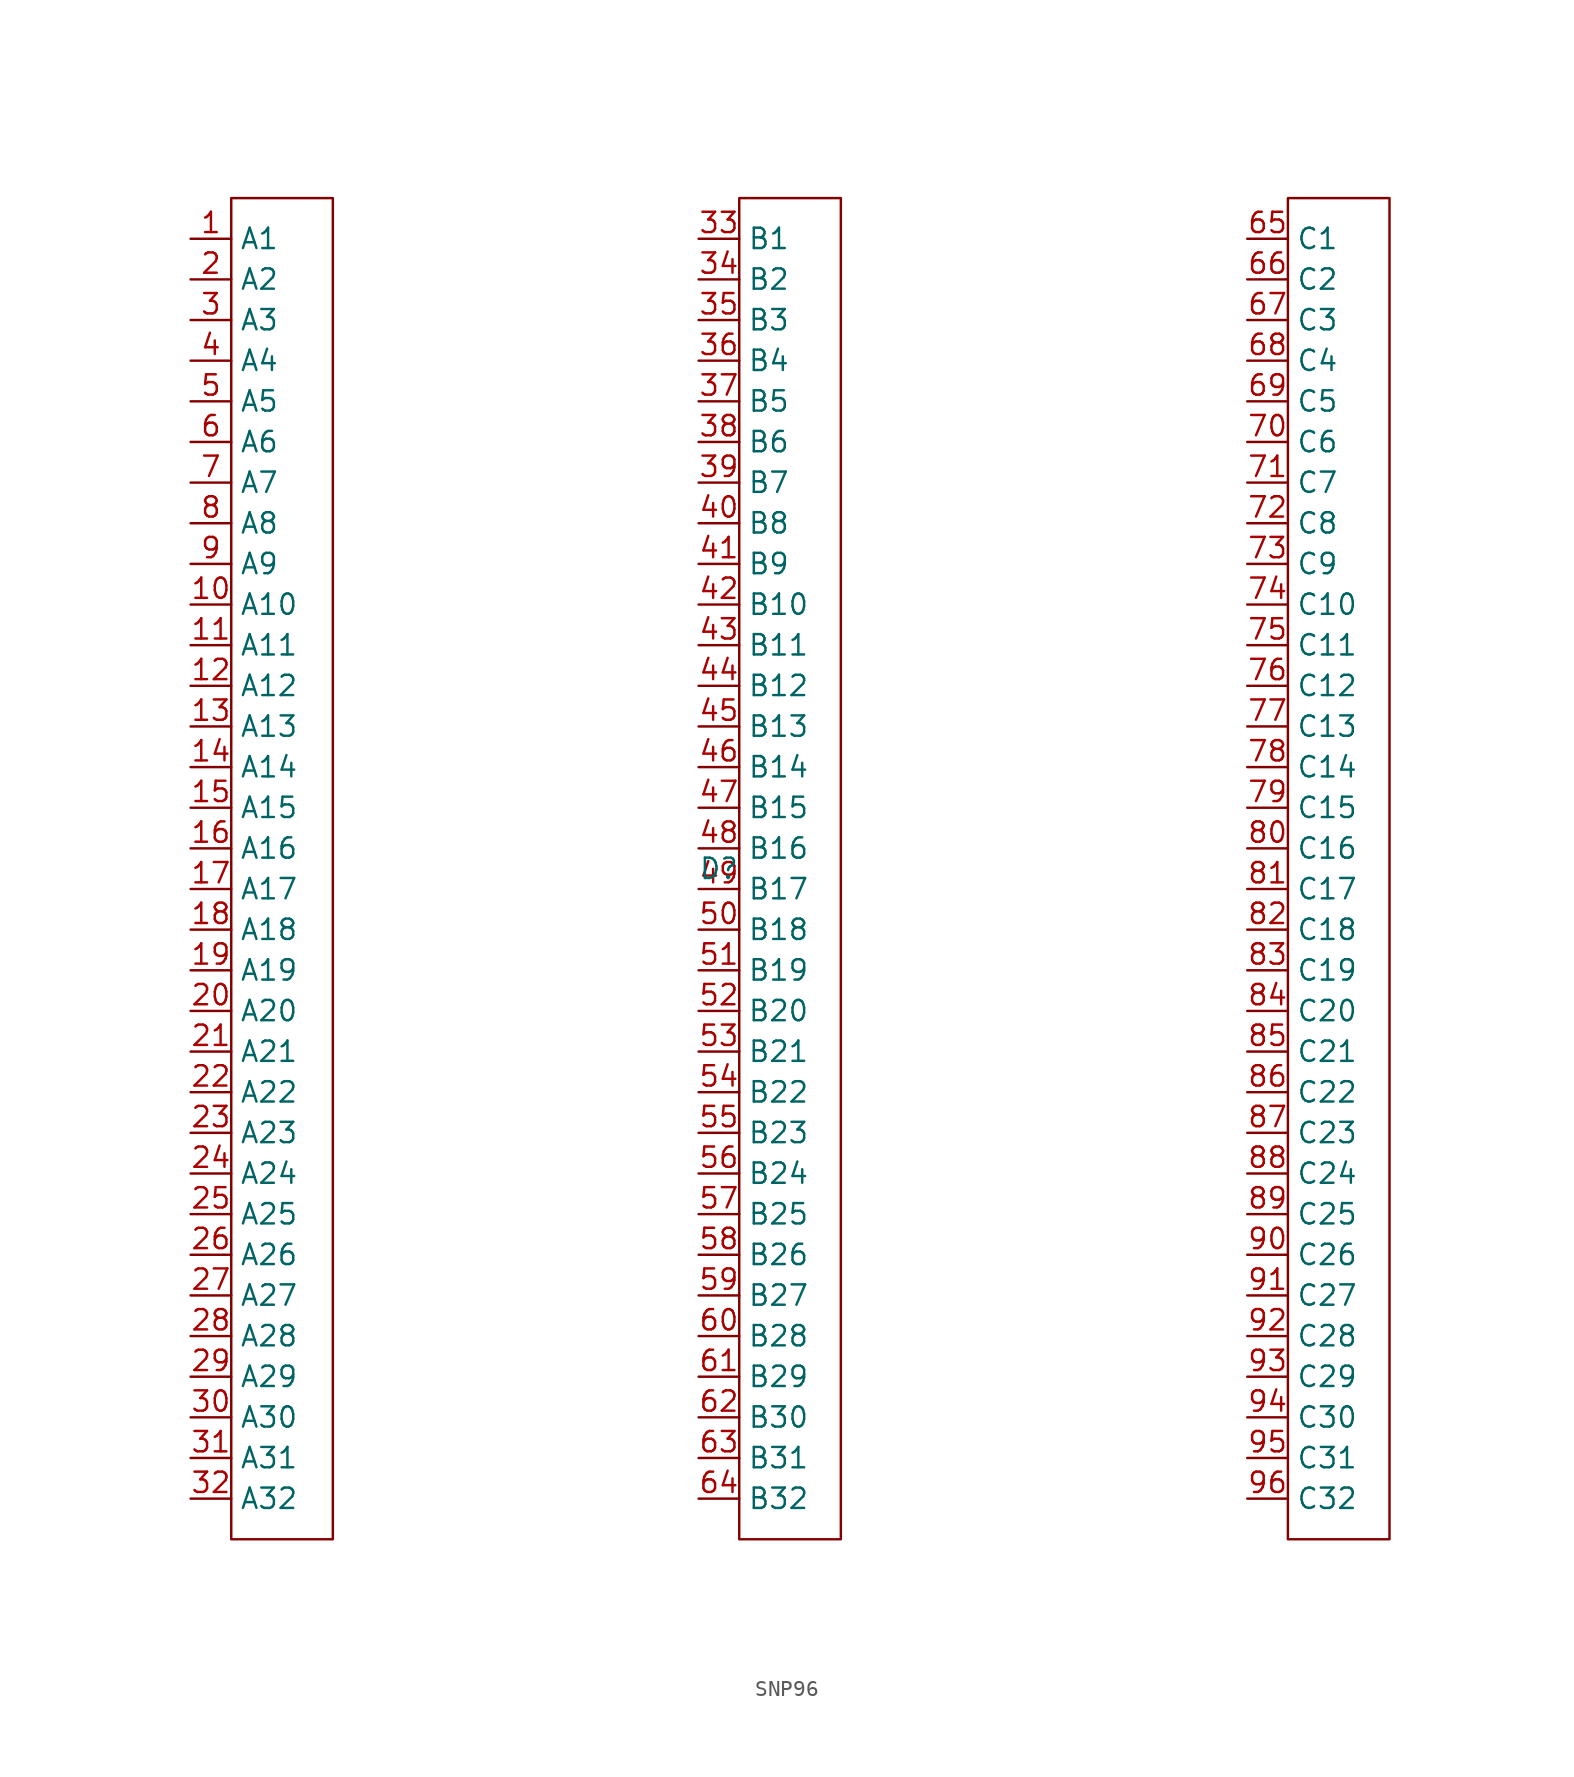
<source format=kicad_sym>
(kicad_symbol_lib
  (version 20220914)
  (generator kicad_symbol_editor)
  (symbol "SNP96"
    (property "Reference" "D"
      (at 0 0 0)
      (effects (font (size 1.27 1.27))))
    (property "Value" ""
      (at 0 0 0)
      (effects (font (size 1.27 1.27))))
    (symbol "SNP96_0_0"
      (pin bidirectional line (at -33.02 39.37 0) (length 2.54) (name "A1" (effects (font (size 1.27 1.27)))) (number "1" (effects (font (size 1.27 1.27)))))
      (pin bidirectional line (at -33.02 16.51 0) (length 2.54) (name "A10" (effects (font (size 1.27 1.27)))) (number "10" (effects (font (size 1.27 1.27)))))
      (pin bidirectional line (at -33.02 13.97 0) (length 2.54) (name "A11" (effects (font (size 1.27 1.27)))) (number "11" (effects (font (size 1.27 1.27)))))
      (pin bidirectional line (at -33.02 11.43 0) (length 2.54) (name "A12" (effects (font (size 1.27 1.27)))) (number "12" (effects (font (size 1.27 1.27)))))
      (pin bidirectional line (at -33.02 8.89 0) (length 2.54) (name "A13" (effects (font (size 1.27 1.27)))) (number "13" (effects (font (size 1.27 1.27)))))
      (pin bidirectional line (at -33.02 6.35 0) (length 2.54) (name "A14" (effects (font (size 1.27 1.27)))) (number "14" (effects (font (size 1.27 1.27)))))
      (pin bidirectional line (at -33.02 3.81 0) (length 2.54) (name "A15" (effects (font (size 1.27 1.27)))) (number "15" (effects (font (size 1.27 1.27)))))
      (pin bidirectional line (at -33.02 1.27 0) (length 2.54) (name "A16" (effects (font (size 1.27 1.27)))) (number "16" (effects (font (size 1.27 1.27)))))
      (pin bidirectional line (at -33.02 -1.27 0) (length 2.54) (name "A17" (effects (font (size 1.27 1.27)))) (number "17" (effects (font (size 1.27 1.27)))))
      (pin bidirectional line (at -33.02 -3.81 0) (length 2.54) (name "A18" (effects (font (size 1.27 1.27)))) (number "18" (effects (font (size 1.27 1.27)))))
      (pin bidirectional line (at -33.02 -6.35 0) (length 2.54) (name "A19" (effects (font (size 1.27 1.27)))) (number "19" (effects (font (size 1.27 1.27)))))
      (pin bidirectional line (at -33.02 36.83 0) (length 2.54) (name "A2" (effects (font (size 1.27 1.27)))) (number "2" (effects (font (size 1.27 1.27)))))
      (pin bidirectional line (at -33.02 -8.89 0) (length 2.54) (name "A20" (effects (font (size 1.27 1.27)))) (number "20" (effects (font (size 1.27 1.27)))))
      (pin bidirectional line (at -33.02 -11.43 0) (length 2.54) (name "A21" (effects (font (size 1.27 1.27)))) (number "21" (effects (font (size 1.27 1.27)))))
      (pin bidirectional line (at -33.02 -13.97 0) (length 2.54) (name "A22" (effects (font (size 1.27 1.27)))) (number "22" (effects (font (size 1.27 1.27)))))
      (pin bidirectional line (at -33.02 -16.51 0) (length 2.54) (name "A23" (effects (font (size 1.27 1.27)))) (number "23" (effects (font (size 1.27 1.27)))))
      (pin bidirectional line (at -33.02 -19.05 0) (length 2.54) (name "A24" (effects (font (size 1.27 1.27)))) (number "24" (effects (font (size 1.27 1.27)))))
      (pin bidirectional line (at -33.02 -21.59 0) (length 2.54) (name "A25" (effects (font (size 1.27 1.27)))) (number "25" (effects (font (size 1.27 1.27)))))
      (pin bidirectional line (at -33.02 -24.13 0) (length 2.54) (name "A26" (effects (font (size 1.27 1.27)))) (number "26" (effects (font (size 1.27 1.27)))))
      (pin bidirectional line (at -33.02 -26.67 0) (length 2.54) (name "A27" (effects (font (size 1.27 1.27)))) (number "27" (effects (font (size 1.27 1.27)))))
      (pin bidirectional line (at -33.02 -29.21 0) (length 2.54) (name "A28" (effects (font (size 1.27 1.27)))) (number "28" (effects (font (size 1.27 1.27)))))
      (pin bidirectional line (at -33.02 -31.75 0) (length 2.54) (name "A29" (effects (font (size 1.27 1.27)))) (number "29" (effects (font (size 1.27 1.27)))))
      (pin bidirectional line (at -33.02 34.29 0) (length 2.54) (name "A3" (effects (font (size 1.27 1.27)))) (number "3" (effects (font (size 1.27 1.27)))))
      (pin bidirectional line (at -33.02 -34.29 0) (length 2.54) (name "A30" (effects (font (size 1.27 1.27)))) (number "30" (effects (font (size 1.27 1.27)))))
      (pin bidirectional line (at -33.02 -36.83 0) (length 2.54) (name "A31" (effects (font (size 1.27 1.27)))) (number "31" (effects (font (size 1.27 1.27)))))
      (pin bidirectional line (at -33.02 -39.37 0) (length 2.54) (name "A32" (effects (font (size 1.27 1.27)))) (number "32" (effects (font (size 1.27 1.27)))))
      (pin bidirectional line (at -1.27 39.37 0) (length 2.54) (name "B1" (effects (font (size 1.27 1.27)))) (number "33" (effects (font (size 1.27 1.27)))))
      (pin bidirectional line (at -1.27 36.83 0) (length 2.54) (name "B2" (effects (font (size 1.27 1.27)))) (number "34" (effects (font (size 1.27 1.27)))))
      (pin bidirectional line (at -1.27 34.29 0) (length 2.54) (name "B3" (effects (font (size 1.27 1.27)))) (number "35" (effects (font (size 1.27 1.27)))))
      (pin bidirectional line (at -1.27 31.75 0) (length 2.54) (name "B4" (effects (font (size 1.27 1.27)))) (number "36" (effects (font (size 1.27 1.27)))))
      (pin bidirectional line (at -1.27 29.21 0) (length 2.54) (name "B5" (effects (font (size 1.27 1.27)))) (number "37" (effects (font (size 1.27 1.27)))))
      (pin bidirectional line (at -1.27 26.67 0) (length 2.54) (name "B6" (effects (font (size 1.27 1.27)))) (number "38" (effects (font (size 1.27 1.27)))))
      (pin bidirectional line (at -1.27 24.13 0) (length 2.54) (name "B7" (effects (font (size 1.27 1.27)))) (number "39" (effects (font (size 1.27 1.27)))))
      (pin bidirectional line (at -33.02 31.75 0) (length 2.54) (name "A4" (effects (font (size 1.27 1.27)))) (number "4" (effects (font (size 1.27 1.27)))))
      (pin bidirectional line (at -1.27 21.59 0) (length 2.54) (name "B8" (effects (font (size 1.27 1.27)))) (number "40" (effects (font (size 1.27 1.27)))))
      (pin bidirectional line (at -1.27 19.05 0) (length 2.54) (name "B9" (effects (font (size 1.27 1.27)))) (number "41" (effects (font (size 1.27 1.27)))))
      (pin bidirectional line (at -1.27 16.51 0) (length 2.54) (name "B10" (effects (font (size 1.27 1.27)))) (number "42" (effects (font (size 1.27 1.27)))))
      (pin bidirectional line (at -1.27 13.97 0) (length 2.54) (name "B11" (effects (font (size 1.27 1.27)))) (number "43" (effects (font (size 1.27 1.27)))))
      (pin bidirectional line (at -1.27 11.43 0) (length 2.54) (name "B12" (effects (font (size 1.27 1.27)))) (number "44" (effects (font (size 1.27 1.27)))))
      (pin bidirectional line (at -1.27 8.89 0) (length 2.54) (name "B13" (effects (font (size 1.27 1.27)))) (number "45" (effects (font (size 1.27 1.27)))))
      (pin bidirectional line (at -1.27 6.35 0) (length 2.54) (name "B14" (effects (font (size 1.27 1.27)))) (number "46" (effects (font (size 1.27 1.27)))))
      (pin bidirectional line (at -1.27 3.81 0) (length 2.54) (name "B15" (effects (font (size 1.27 1.27)))) (number "47" (effects (font (size 1.27 1.27)))))
      (pin bidirectional line (at -1.27 1.27 0) (length 2.54) (name "B16" (effects (font (size 1.27 1.27)))) (number "48" (effects (font (size 1.27 1.27)))))
      (pin bidirectional line (at -1.27 -1.27 0) (length 2.54) (name "B17" (effects (font (size 1.27 1.27)))) (number "49" (effects (font (size 1.27 1.27)))))
      (pin bidirectional line (at -33.02 29.21 0) (length 2.54) (name "A5" (effects (font (size 1.27 1.27)))) (number "5" (effects (font (size 1.27 1.27)))))
      (pin bidirectional line (at -1.27 -3.81 0) (length 2.54) (name "B18" (effects (font (size 1.27 1.27)))) (number "50" (effects (font (size 1.27 1.27)))))
      (pin bidirectional line (at -1.27 -6.35 0) (length 2.54) (name "B19" (effects (font (size 1.27 1.27)))) (number "51" (effects (font (size 1.27 1.27)))))
      (pin bidirectional line (at -1.27 -8.89 0) (length 2.54) (name "B20" (effects (font (size 1.27 1.27)))) (number "52" (effects (font (size 1.27 1.27)))))
      (pin bidirectional line (at -1.27 -11.43 0) (length 2.54) (name "B21" (effects (font (size 1.27 1.27)))) (number "53" (effects (font (size 1.27 1.27)))))
      (pin bidirectional line (at -1.27 -13.97 0) (length 2.54) (name "B22" (effects (font (size 1.27 1.27)))) (number "54" (effects (font (size 1.27 1.27)))))
      (pin bidirectional line (at -1.27 -16.51 0) (length 2.54) (name "B23" (effects (font (size 1.27 1.27)))) (number "55" (effects (font (size 1.27 1.27)))))
      (pin bidirectional line (at -1.27 -19.05 0) (length 2.54) (name "B24" (effects (font (size 1.27 1.27)))) (number "56" (effects (font (size 1.27 1.27)))))
      (pin bidirectional line (at -1.27 -21.59 0) (length 2.54) (name "B25" (effects (font (size 1.27 1.27)))) (number "57" (effects (font (size 1.27 1.27)))))
      (pin bidirectional line (at -1.27 -24.13 0) (length 2.54) (name "B26" (effects (font (size 1.27 1.27)))) (number "58" (effects (font (size 1.27 1.27)))))
      (pin bidirectional line (at -1.27 -26.67 0) (length 2.54) (name "B27" (effects (font (size 1.27 1.27)))) (number "59" (effects (font (size 1.27 1.27)))))
      (pin bidirectional line (at -33.02 26.67 0) (length 2.54) (name "A6" (effects (font (size 1.27 1.27)))) (number "6" (effects (font (size 1.27 1.27)))))
      (pin bidirectional line (at -1.27 -29.21 0) (length 2.54) (name "B28" (effects (font (size 1.27 1.27)))) (number "60" (effects (font (size 1.27 1.27)))))
      (pin bidirectional line (at -1.27 -31.75 0) (length 2.54) (name "B29" (effects (font (size 1.27 1.27)))) (number "61" (effects (font (size 1.27 1.27)))))
      (pin bidirectional line (at -1.27 -34.29 0) (length 2.54) (name "B30" (effects (font (size 1.27 1.27)))) (number "62" (effects (font (size 1.27 1.27)))))
      (pin bidirectional line (at -1.27 -36.83 0) (length 2.54) (name "B31" (effects (font (size 1.27 1.27)))) (number "63" (effects (font (size 1.27 1.27)))))
      (pin bidirectional line (at -1.27 -39.37 0) (length 2.54) (name "B32" (effects (font (size 1.27 1.27)))) (number "64" (effects (font (size 1.27 1.27)))))
      (pin bidirectional line (at 33.02 39.37 0) (length 2.54) (name "C1" (effects (font (size 1.27 1.27)))) (number "65" (effects (font (size 1.27 1.27)))))
      (pin bidirectional line (at 33.02 36.83 0) (length 2.54) (name "C2" (effects (font (size 1.27 1.27)))) (number "66" (effects (font (size 1.27 1.27)))))
      (pin bidirectional line (at 33.02 34.29 0) (length 2.54) (name "C3" (effects (font (size 1.27 1.27)))) (number "67" (effects (font (size 1.27 1.27)))))
      (pin bidirectional line (at 33.02 31.75 0) (length 2.54) (name "C4" (effects (font (size 1.27 1.27)))) (number "68" (effects (font (size 1.27 1.27)))))
      (pin bidirectional line (at 33.02 29.21 0) (length 2.54) (name "C5" (effects (font (size 1.27 1.27)))) (number "69" (effects (font (size 1.27 1.27)))))
      (pin bidirectional line (at -33.02 24.13 0) (length 2.54) (name "A7" (effects (font (size 1.27 1.27)))) (number "7" (effects (font (size 1.27 1.27)))))
      (pin bidirectional line (at 33.02 26.67 0) (length 2.54) (name "C6" (effects (font (size 1.27 1.27)))) (number "70" (effects (font (size 1.27 1.27)))))
      (pin bidirectional line (at 33.02 24.13 0) (length 2.54) (name "C7" (effects (font (size 1.27 1.27)))) (number "71" (effects (font (size 1.27 1.27)))))
      (pin bidirectional line (at 33.02 21.59 0) (length 2.54) (name "C8" (effects (font (size 1.27 1.27)))) (number "72" (effects (font (size 1.27 1.27)))))
      (pin bidirectional line (at 33.02 19.05 0) (length 2.54) (name "C9" (effects (font (size 1.27 1.27)))) (number "73" (effects (font (size 1.27 1.27)))))
      (pin bidirectional line (at 33.02 16.51 0) (length 2.54) (name "C10" (effects (font (size 1.27 1.27)))) (number "74" (effects (font (size 1.27 1.27)))))
      (pin bidirectional line (at 33.02 13.97 0) (length 2.54) (name "C11" (effects (font (size 1.27 1.27)))) (number "75" (effects (font (size 1.27 1.27)))))
      (pin bidirectional line (at 33.02 11.43 0) (length 2.54) (name "C12" (effects (font (size 1.27 1.27)))) (number "76" (effects (font (size 1.27 1.27)))))
      (pin bidirectional line (at 33.02 8.89 0) (length 2.54) (name "C13" (effects (font (size 1.27 1.27)))) (number "77" (effects (font (size 1.27 1.27)))))
      (pin bidirectional line (at 33.02 6.35 0) (length 2.54) (name "C14" (effects (font (size 1.27 1.27)))) (number "78" (effects (font (size 1.27 1.27)))))
      (pin bidirectional line (at 33.02 3.81 0) (length 2.54) (name "C15" (effects (font (size 1.27 1.27)))) (number "79" (effects (font (size 1.27 1.27)))))
      (pin bidirectional line (at -33.02 21.59 0) (length 2.54) (name "A8" (effects (font (size 1.27 1.27)))) (number "8" (effects (font (size 1.27 1.27)))))
      (pin bidirectional line (at 33.02 1.27 0) (length 2.54) (name "C16" (effects (font (size 1.27 1.27)))) (number "80" (effects (font (size 1.27 1.27)))))
      (pin bidirectional line (at 33.02 -1.27 0) (length 2.54) (name "C17" (effects (font (size 1.27 1.27)))) (number "81" (effects (font (size 1.27 1.27)))))
      (pin bidirectional line (at 33.02 -3.81 0) (length 2.54) (name "C18" (effects (font (size 1.27 1.27)))) (number "82" (effects (font (size 1.27 1.27)))))
      (pin bidirectional line (at 33.02 -6.35 0) (length 2.54) (name "C19" (effects (font (size 1.27 1.27)))) (number "83" (effects (font (size 1.27 1.27)))))
      (pin bidirectional line (at 33.02 -8.89 0) (length 2.54) (name "C20" (effects (font (size 1.27 1.27)))) (number "84" (effects (font (size 1.27 1.27)))))
      (pin bidirectional line (at 33.02 -11.43 0) (length 2.54) (name "C21" (effects (font (size 1.27 1.27)))) (number "85" (effects (font (size 1.27 1.27)))))
      (pin bidirectional line (at 33.02 -13.97 0) (length 2.54) (name "C22" (effects (font (size 1.27 1.27)))) (number "86" (effects (font (size 1.27 1.27)))))
      (pin bidirectional line (at 33.02 -16.51 0) (length 2.54) (name "C23" (effects (font (size 1.27 1.27)))) (number "87" (effects (font (size 1.27 1.27)))))
      (pin bidirectional line (at 33.02 -19.05 0) (length 2.54) (name "C24" (effects (font (size 1.27 1.27)))) (number "88" (effects (font (size 1.27 1.27)))))
      (pin bidirectional line (at 33.02 -21.59 0) (length 2.54) (name "C25" (effects (font (size 1.27 1.27)))) (number "89" (effects (font (size 1.27 1.27)))))
      (pin bidirectional line (at -33.02 19.05 0) (length 2.54) (name "A9" (effects (font (size 1.27 1.27)))) (number "9" (effects (font (size 1.27 1.27)))))
      (pin bidirectional line (at 33.02 -24.13 0) (length 2.54) (name "C26" (effects (font (size 1.27 1.27)))) (number "90" (effects (font (size 1.27 1.27)))))
      (pin bidirectional line (at 33.02 -26.67 0) (length 2.54) (name "C27" (effects (font (size 1.27 1.27)))) (number "91" (effects (font (size 1.27 1.27)))))
      (pin bidirectional line (at 33.02 -29.21 0) (length 2.54) (name "C28" (effects (font (size 1.27 1.27)))) (number "92" (effects (font (size 1.27 1.27)))))
      (pin bidirectional line (at 33.02 -31.75 0) (length 2.54) (name "C29" (effects (font (size 1.27 1.27)))) (number "93" (effects (font (size 1.27 1.27)))))
      (pin bidirectional line (at 33.02 -34.29 0) (length 2.54) (name "C30" (effects (font (size 1.27 1.27)))) (number "94" (effects (font (size 1.27 1.27)))))
      (pin bidirectional line (at 33.02 -36.83 0) (length 2.54) (name "C31" (effects (font (size 1.27 1.27)))) (number "95" (effects (font (size 1.27 1.27)))))
      (pin bidirectional line (at 33.02 -39.37 0) (length 2.54) (name "C32" (effects (font (size 1.27 1.27)))) (number "96" (effects (font (size 1.27 1.27))))))
    (symbol "SNP96_1_1"
      (rectangle (start -30.48 41.91) (end -24.13 -41.91) (stroke (width 0) (type default)) (fill (type none)))
      (rectangle (start 1.27 41.91) (end 7.62 -41.91) (stroke (width 0) (type default)) (fill (type none)))
      (rectangle (start 35.56 41.91) (end 41.91 -41.91) (stroke (width 0) (type default)) (fill (type none))))))
</source>
